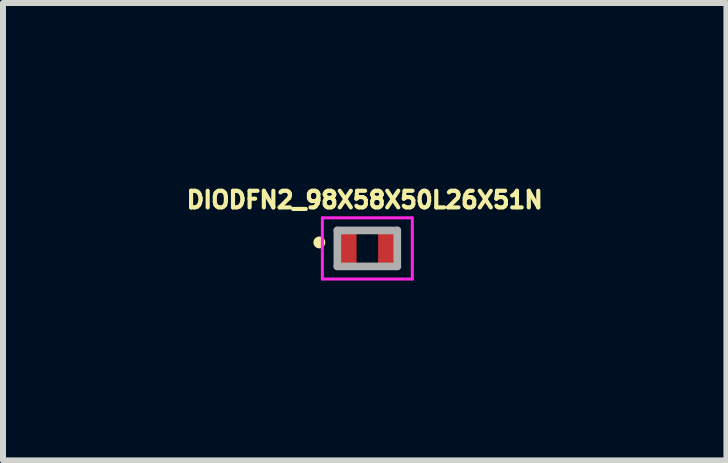
<source format=kicad_pcb>
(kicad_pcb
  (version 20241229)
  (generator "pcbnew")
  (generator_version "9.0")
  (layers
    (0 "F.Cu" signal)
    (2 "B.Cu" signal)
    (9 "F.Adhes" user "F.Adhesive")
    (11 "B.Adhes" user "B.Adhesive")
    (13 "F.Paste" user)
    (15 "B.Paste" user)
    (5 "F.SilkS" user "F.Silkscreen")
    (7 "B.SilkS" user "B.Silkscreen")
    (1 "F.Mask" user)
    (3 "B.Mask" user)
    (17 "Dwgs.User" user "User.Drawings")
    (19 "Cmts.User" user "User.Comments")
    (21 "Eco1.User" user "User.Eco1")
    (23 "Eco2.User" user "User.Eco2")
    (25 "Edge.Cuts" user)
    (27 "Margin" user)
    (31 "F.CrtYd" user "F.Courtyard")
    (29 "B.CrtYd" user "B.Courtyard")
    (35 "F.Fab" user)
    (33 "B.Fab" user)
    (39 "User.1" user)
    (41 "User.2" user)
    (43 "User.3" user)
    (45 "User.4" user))
  (footprint "DIODFN2_98X58X50L26X51N"
    (layer "F.Cu")
    (at 3.076 1.093)
    (property "Reference" "DIODFN2_98X58X50L26X51N" (at -0.044 -0.809 0) (layer "F.SilkS") (effects (font (size 0.277 0.277) (thickness 0.15))))
    (attr through_hole)
    (fp_circle (center -0.8 -0.1) (end -0.75 -0.1) (stroke (width 0.1) (type solid)) (fill no) (layer "F.SilkS"))
    (fp_line (start -0.75 -0.51) (end 0.75 -0.51) (stroke (width 0.05) (type solid)) (layer "F.CrtYd"))
    (fp_line (start -0.75 0.51) (end -0.75 -0.51) (stroke (width 0.05) (type solid)) (layer "F.CrtYd"))
    (fp_line (start 0.75 -0.51) (end 0.75 0.51) (stroke (width 0.05) (type solid)) (layer "F.CrtYd"))
    (fp_line (start 0.75 0.51) (end -0.75 0.51) (stroke (width 0.05) (type solid)) (layer "F.CrtYd"))
    (fp_line (start -0.5 -0.3) (end 0.5 -0.3) (stroke (width 0.127) (type solid)) (layer "F.Fab"))
    (fp_line (start -0.5 0.3) (end -0.5 -0.3) (stroke (width 0.127) (type solid)) (layer "F.Fab"))
    (fp_line (start 0.5 -0.3) (end 0.5 0.3) (stroke (width 0.127) (type solid)) (layer "F.Fab"))
    (fp_line (start 0.5 0.3) (end -0.5 0.3) (stroke (width 0.127) (type solid)) (layer "F.Fab"))
    (pad "1" smd rect (at -0.325 0) (size 0.29 0.53) (layers "F.Cu" "F.Mask" "F.Paste"))
    (pad "2" smd rect (at 0.325 0) (size 0.29 0.53) (layers "F.Cu" "F.Mask" "F.Paste")))
  (gr_rect
    (start -3 -3)
    (end 9.065 4.628)
    (stroke (width 0.1) (type default))
    (fill no)
    (layer "Edge.Cuts")))
</source>
